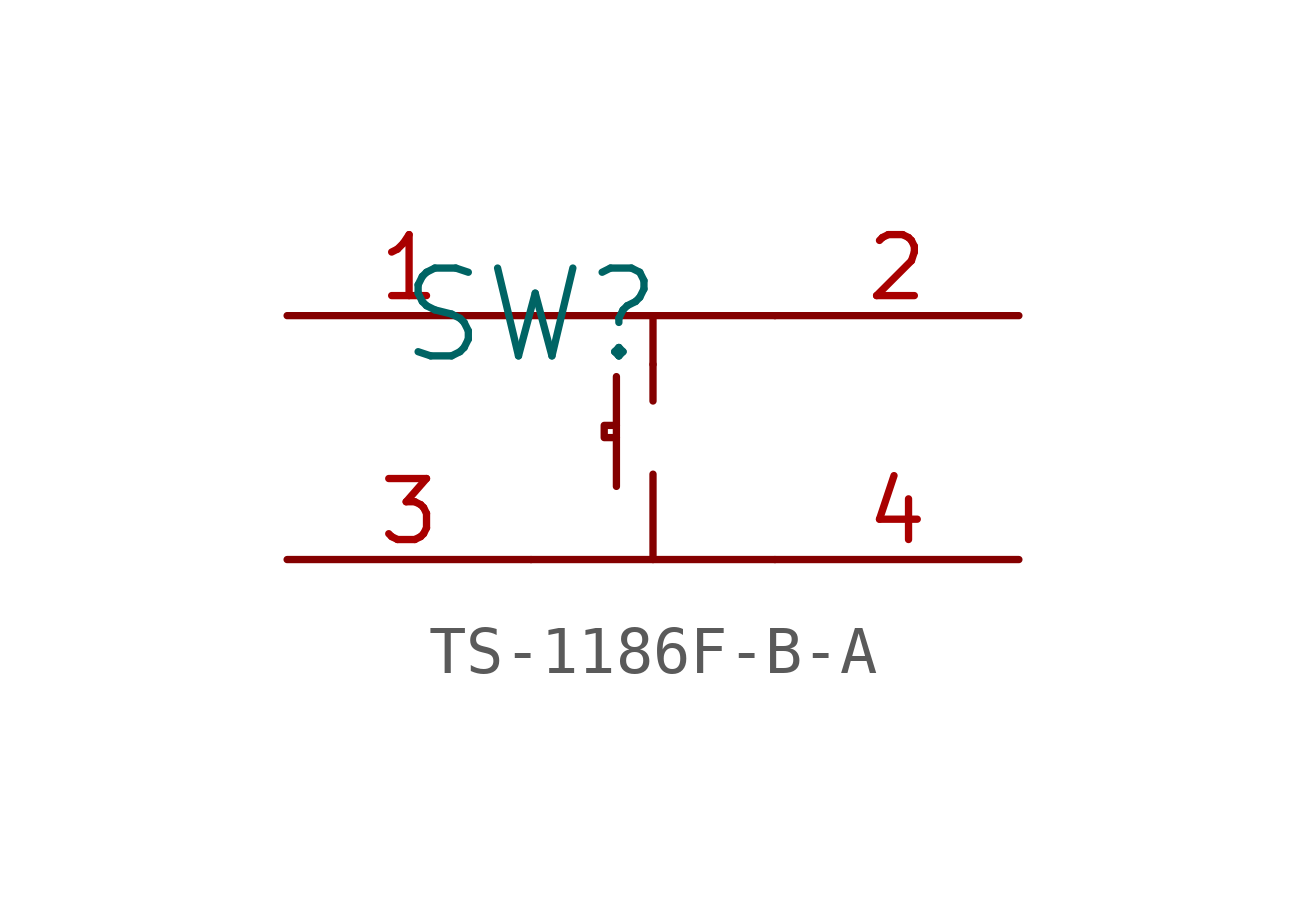
<source format=kicad_sym>
(kicad_symbol_lib
  (version 20241209)
  (generator "kicad_symbol_editor")
  (generator_version "9.0")
  (symbol "TS-1186F-B-A"
    (pin_names
      (hide yes))
    (property "Reference" "SW"
      (at -2.54 2.54 0)
      (effects (font (size 1.829 1.829))))
    (property "Manufacturer Part" "TS-1186F-B-A"
      (at -40.64 -85.09 0)
      (effects (font (size 1.27 1.27)) (justify left bottom) (hide yes)))
    (symbol "TS-1186F-B-A_1_0"
      (polyline (pts (xy -2.54 2.54) (xy 2.54 2.54)) (stroke (width 0) (type solid)) (fill (type none)))
      (polyline (pts (xy -2.54 -2.54) (xy 2.54 -2.54)) (stroke (width 0) (type solid)) (fill (type none)))
      (polyline (pts (xy -0.762 1.27) (xy -0.762 -1.016)) (stroke (width 0) (type solid)) (fill (type none)))
      (polyline (pts (xy -0.762 0.254) (xy -1.016 0.254) (xy -1.016 0.254) (xy -1.016 0.254) (xy -1.016 0.254) (xy -1.016 0) (xy -1.016 0) (xy -1.016 0) (xy -1.016 0) (xy -0.762 0)) (stroke (width 0) (type solid)) (fill (type none)))
      (polyline (pts (xy 0 2.54) (xy 0 1.524)) (stroke (width 0) (type solid)) (fill (type none)))
      (polyline (pts (xy 0 1.524) (xy 0 0.762)) (stroke (width 0) (type solid)) (fill (type none)))
      (polyline (pts (xy 0 -2.54) (xy 0 -0.762)) (stroke (width 0) (type solid)) (fill (type none)))
      (pin passive line (at -7.62 2.54 0) (length 5.08) (name "1" (effects (font (size 1.27 1.27)))) (number "1" (effects (font (size 1.27 1.27)))))
      (pin passive line (at -7.62 -2.54 0) (length 5.08) (name "3" (effects (font (size 1.27 1.27)))) (number "3" (effects (font (size 1.27 1.27)))))
      (pin passive line (at 7.62 2.54 180) (length 5.08) (name "2" (effects (font (size 1.27 1.27)))) (number "2" (effects (font (size 1.27 1.27)))))
      (pin passive line (at 7.62 -2.54 180) (length 5.08) (name "4" (effects (font (size 1.27 1.27)))) (number "4" (effects (font (size 1.27 1.27))))))))
</source>
